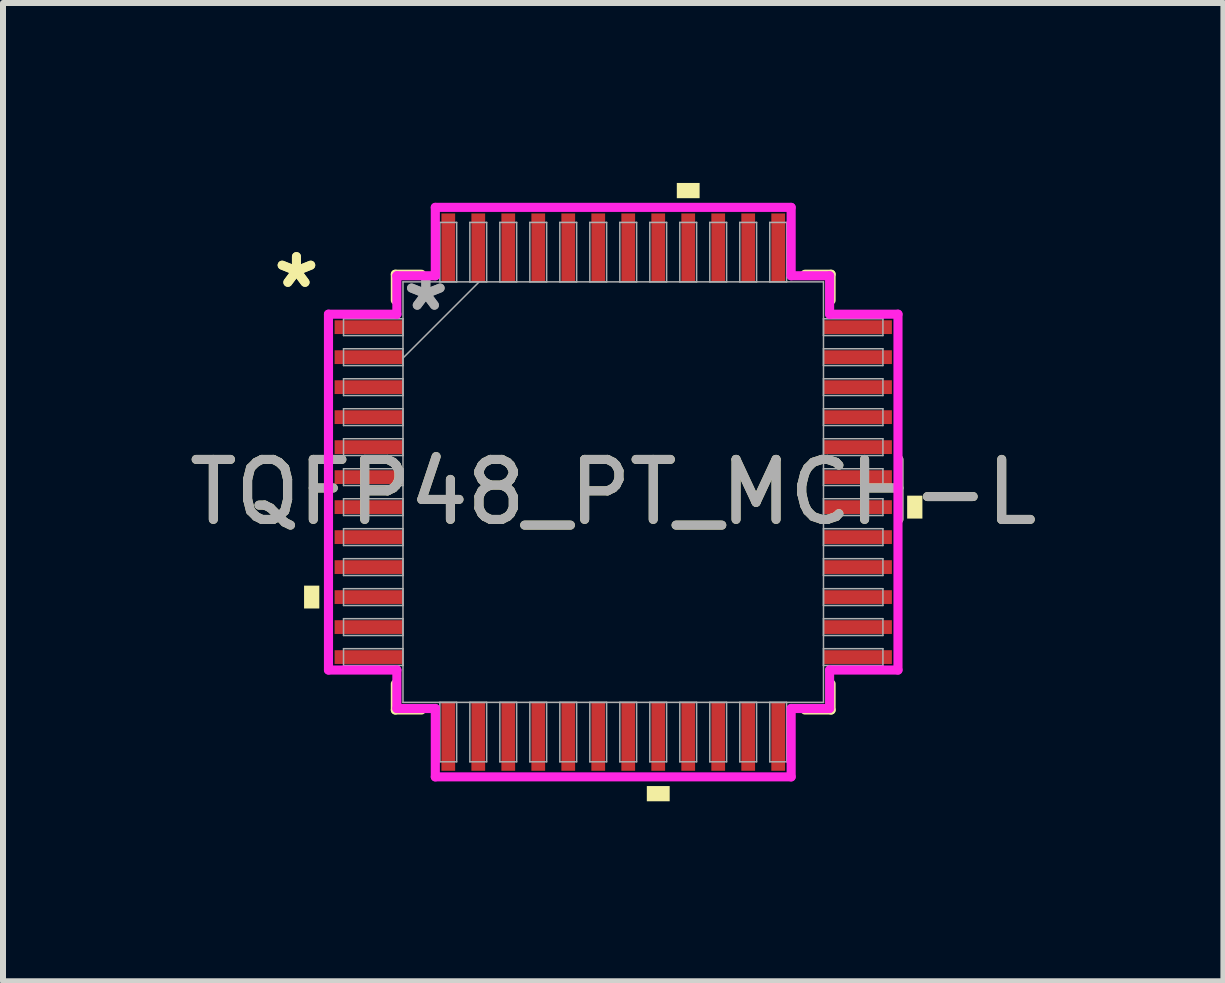
<source format=kicad_pcb>
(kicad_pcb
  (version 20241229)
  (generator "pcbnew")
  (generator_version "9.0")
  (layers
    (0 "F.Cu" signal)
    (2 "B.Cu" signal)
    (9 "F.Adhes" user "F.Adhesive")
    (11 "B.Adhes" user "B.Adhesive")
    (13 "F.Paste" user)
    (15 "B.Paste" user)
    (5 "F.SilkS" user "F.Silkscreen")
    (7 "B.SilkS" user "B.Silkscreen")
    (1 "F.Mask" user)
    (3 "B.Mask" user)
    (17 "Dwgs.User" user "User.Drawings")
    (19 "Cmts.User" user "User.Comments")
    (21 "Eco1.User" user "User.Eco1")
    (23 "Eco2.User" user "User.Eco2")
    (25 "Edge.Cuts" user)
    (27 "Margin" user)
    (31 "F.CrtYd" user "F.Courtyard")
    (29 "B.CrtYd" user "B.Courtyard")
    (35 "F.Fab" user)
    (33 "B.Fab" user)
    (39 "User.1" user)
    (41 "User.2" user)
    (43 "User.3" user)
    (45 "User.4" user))
  (footprint "TQFP48_PT_MCH-L"
    (layer "F.Cu")
    (at 7.173 5.154)
    (property "Reference" "TQFP48_PT_MCH-L" (at 0 0 0) (unlocked yes) (layer "F.SilkS") (effects (font (size 1 1) (thickness 0.15))))
    (attr smd)
    (fp_line (start -3.632 -3.632) (end -3.632 -3.197) (stroke (width 0.152) (type solid)) (layer "F.SilkS"))
    (fp_line (start -3.632 3.197) (end -3.632 3.632) (stroke (width 0.152) (type solid)) (layer "F.SilkS"))
    (fp_line (start -3.632 3.632) (end -3.197 3.632) (stroke (width 0.152) (type solid)) (layer "F.SilkS"))
    (fp_line (start -3.197 -3.632) (end -3.632 -3.632) (stroke (width 0.152) (type solid)) (layer "F.SilkS"))
    (fp_line (start 3.197 3.632) (end 3.632 3.632) (stroke (width 0.152) (type solid)) (layer "F.SilkS"))
    (fp_line (start 3.632 -3.632) (end 3.197 -3.632) (stroke (width 0.152) (type solid)) (layer "F.SilkS"))
    (fp_line (start 3.632 -3.197) (end 3.632 -3.632) (stroke (width 0.152) (type solid)) (layer "F.SilkS"))
    (fp_line (start 3.632 3.632) (end 3.632 3.197) (stroke (width 0.152) (type solid)) (layer "F.SilkS"))
    (fp_poly (pts (xy -5.154 1.559) (xy -5.154 1.94) (xy -4.9 1.94) (xy -4.9 1.559)) (stroke (width 0) (type solid)) (fill yes) (layer "F.SilkS"))
    (fp_poly (pts (xy 0.56 4.9) (xy 0.56 5.154) (xy 0.941 5.154) (xy 0.941 4.9)) (stroke (width 0) (type solid)) (fill yes) (layer "F.SilkS"))
    (fp_poly (pts (xy 1.06 -4.9) (xy 1.06 -5.154) (xy 1.44 -5.154) (xy 1.44 -4.9)) (stroke (width 0) (type solid)) (fill yes) (layer "F.SilkS"))
    (fp_poly (pts (xy 5.154 0.059) (xy 5.154 0.441) (xy 4.9 0.441) (xy 4.9 0.059)) (stroke (width 0) (type solid)) (fill yes) (layer "F.SilkS"))
    (fp_line (start -4.747 -2.966) (end -3.607 -2.966) (stroke (width 0.152) (type solid)) (layer "F.CrtYd"))
    (fp_line (start -4.747 2.966) (end -4.747 -2.966) (stroke (width 0.152) (type solid)) (layer "F.CrtYd"))
    (fp_line (start -3.607 -3.607) (end -2.966 -3.607) (stroke (width 0.152) (type solid)) (layer "F.CrtYd"))
    (fp_line (start -3.607 -2.966) (end -3.607 -3.607) (stroke (width 0.152) (type solid)) (layer "F.CrtYd"))
    (fp_line (start -3.607 2.966) (end -4.747 2.966) (stroke (width 0.152) (type solid)) (layer "F.CrtYd"))
    (fp_line (start -3.607 3.607) (end -3.607 2.966) (stroke (width 0.152) (type solid)) (layer "F.CrtYd"))
    (fp_line (start -3.607 3.607) (end -2.966 3.607) (stroke (width 0.152) (type solid)) (layer "F.CrtYd"))
    (fp_line (start -2.966 -4.747) (end 2.966 -4.747) (stroke (width 0.152) (type solid)) (layer "F.CrtYd"))
    (fp_line (start -2.966 -3.607) (end -2.966 -4.747) (stroke (width 0.152) (type solid)) (layer "F.CrtYd"))
    (fp_line (start -2.966 3.607) (end -2.966 4.747) (stroke (width 0.152) (type solid)) (layer "F.CrtYd"))
    (fp_line (start -2.966 4.747) (end 2.966 4.747) (stroke (width 0.152) (type solid)) (layer "F.CrtYd"))
    (fp_line (start 2.966 -4.747) (end 2.966 -3.607) (stroke (width 0.152) (type solid)) (layer "F.CrtYd"))
    (fp_line (start 2.966 -3.607) (end 3.607 -3.607) (stroke (width 0.152) (type solid)) (layer "F.CrtYd"))
    (fp_line (start 2.966 3.607) (end 3.607 3.607) (stroke (width 0.152) (type solid)) (layer "F.CrtYd"))
    (fp_line (start 2.966 4.747) (end 2.966 3.607) (stroke (width 0.152) (type solid)) (layer "F.CrtYd"))
    (fp_line (start 3.607 -2.966) (end 3.607 -3.607) (stroke (width 0.152) (type solid)) (layer "F.CrtYd"))
    (fp_line (start 3.607 2.966) (end 4.747 2.966) (stroke (width 0.152) (type solid)) (layer "F.CrtYd"))
    (fp_line (start 3.607 3.607) (end 3.607 2.966) (stroke (width 0.152) (type solid)) (layer "F.CrtYd"))
    (fp_line (start 4.747 -2.966) (end 3.607 -2.966) (stroke (width 0.152) (type solid)) (layer "F.CrtYd"))
    (fp_line (start 4.747 2.966) (end 4.747 -2.966) (stroke (width 0.152) (type solid)) (layer "F.CrtYd"))
    (fp_line (start -4.496 -2.89) (end -4.496 -2.61) (stroke (width 0.025) (type solid)) (layer "F.Fab"))
    (fp_line (start -4.496 -2.61) (end -3.505 -2.61) (stroke (width 0.025) (type solid)) (layer "F.Fab"))
    (fp_line (start -4.496 -2.39) (end -4.496 -2.11) (stroke (width 0.025) (type solid)) (layer "F.Fab"))
    (fp_line (start -4.496 -2.11) (end -3.505 -2.11) (stroke (width 0.025) (type solid)) (layer "F.Fab"))
    (fp_line (start -4.496 -1.89) (end -4.496 -1.61) (stroke (width 0.025) (type solid)) (layer "F.Fab"))
    (fp_line (start -4.496 -1.61) (end -3.505 -1.61) (stroke (width 0.025) (type solid)) (layer "F.Fab"))
    (fp_line (start -4.496 -1.39) (end -4.496 -1.11) (stroke (width 0.025) (type solid)) (layer "F.Fab"))
    (fp_line (start -4.496 -1.11) (end -3.505 -1.11) (stroke (width 0.025) (type solid)) (layer "F.Fab"))
    (fp_line (start -4.496 -0.89) (end -4.496 -0.61) (stroke (width 0.025) (type solid)) (layer "F.Fab"))
    (fp_line (start -4.496 -0.61) (end -3.505 -0.61) (stroke (width 0.025) (type solid)) (layer "F.Fab"))
    (fp_line (start -4.496 -0.39) (end -4.496 -0.11) (stroke (width 0.025) (type solid)) (layer "F.Fab"))
    (fp_line (start -4.496 -0.11) (end -3.505 -0.11) (stroke (width 0.025) (type solid)) (layer "F.Fab"))
    (fp_line (start -4.496 0.11) (end -4.496 0.39) (stroke (width 0.025) (type solid)) (layer "F.Fab"))
    (fp_line (start -4.496 0.39) (end -3.505 0.39) (stroke (width 0.025) (type solid)) (layer "F.Fab"))
    (fp_line (start -4.496 0.61) (end -4.496 0.89) (stroke (width 0.025) (type solid)) (layer "F.Fab"))
    (fp_line (start -4.496 0.89) (end -3.505 0.89) (stroke (width 0.025) (type solid)) (layer "F.Fab"))
    (fp_line (start -4.496 1.11) (end -4.496 1.39) (stroke (width 0.025) (type solid)) (layer "F.Fab"))
    (fp_line (start -4.496 1.39) (end -3.505 1.39) (stroke (width 0.025) (type solid)) (layer "F.Fab"))
    (fp_line (start -4.496 1.61) (end -4.496 1.89) (stroke (width 0.025) (type solid)) (layer "F.Fab"))
    (fp_line (start -4.496 1.89) (end -3.505 1.89) (stroke (width 0.025) (type solid)) (layer "F.Fab"))
    (fp_line (start -4.496 2.11) (end -4.496 2.39) (stroke (width 0.025) (type solid)) (layer "F.Fab"))
    (fp_line (start -4.496 2.39) (end -3.505 2.39) (stroke (width 0.025) (type solid)) (layer "F.Fab"))
    (fp_line (start -4.496 2.61) (end -4.496 2.89) (stroke (width 0.025) (type solid)) (layer "F.Fab"))
    (fp_line (start -4.496 2.89) (end -3.505 2.89) (stroke (width 0.025) (type solid)) (layer "F.Fab"))
    (fp_line (start -3.505 -3.505) (end -3.505 3.505) (stroke (width 0.025) (type solid)) (layer "F.Fab"))
    (fp_line (start -3.505 -2.89) (end -4.496 -2.89) (stroke (width 0.025) (type solid)) (layer "F.Fab"))
    (fp_line (start -3.505 -2.61) (end -3.505 -2.89) (stroke (width 0.025) (type solid)) (layer "F.Fab"))
    (fp_line (start -3.505 -2.39) (end -4.496 -2.39) (stroke (width 0.025) (type solid)) (layer "F.Fab"))
    (fp_line (start -3.505 -2.235) (end -2.235 -3.505) (stroke (width 0.025) (type solid)) (layer "F.Fab"))
    (fp_line (start -3.505 -2.11) (end -3.505 -2.39) (stroke (width 0.025) (type solid)) (layer "F.Fab"))
    (fp_line (start -3.505 -1.89) (end -4.496 -1.89) (stroke (width 0.025) (type solid)) (layer "F.Fab"))
    (fp_line (start -3.505 -1.61) (end -3.505 -1.89) (stroke (width 0.025) (type solid)) (layer "F.Fab"))
    (fp_line (start -3.505 -1.39) (end -4.496 -1.39) (stroke (width 0.025) (type solid)) (layer "F.Fab"))
    (fp_line (start -3.505 -1.11) (end -3.505 -1.39) (stroke (width 0.025) (type solid)) (layer "F.Fab"))
    (fp_line (start -3.505 -0.89) (end -4.496 -0.89) (stroke (width 0.025) (type solid)) (layer "F.Fab"))
    (fp_line (start -3.505 -0.61) (end -3.505 -0.89) (stroke (width 0.025) (type solid)) (layer "F.Fab"))
    (fp_line (start -3.505 -0.39) (end -4.496 -0.39) (stroke (width 0.025) (type solid)) (layer "F.Fab"))
    (fp_line (start -3.505 -0.11) (end -3.505 -0.39) (stroke (width 0.025) (type solid)) (layer "F.Fab"))
    (fp_line (start -3.505 0.11) (end -4.496 0.11) (stroke (width 0.025) (type solid)) (layer "F.Fab"))
    (fp_line (start -3.505 0.39) (end -3.505 0.11) (stroke (width 0.025) (type solid)) (layer "F.Fab"))
    (fp_line (start -3.505 0.61) (end -4.496 0.61) (stroke (width 0.025) (type solid)) (layer "F.Fab"))
    (fp_line (start -3.505 0.89) (end -3.505 0.61) (stroke (width 0.025) (type solid)) (layer "F.Fab"))
    (fp_line (start -3.505 1.11) (end -4.496 1.11) (stroke (width 0.025) (type solid)) (layer "F.Fab"))
    (fp_line (start -3.505 1.39) (end -3.505 1.11) (stroke (width 0.025) (type solid)) (layer "F.Fab"))
    (fp_line (start -3.505 1.61) (end -4.496 1.61) (stroke (width 0.025) (type solid)) (layer "F.Fab"))
    (fp_line (start -3.505 1.89) (end -3.505 1.61) (stroke (width 0.025) (type solid)) (layer "F.Fab"))
    (fp_line (start -3.505 2.11) (end -4.496 2.11) (stroke (width 0.025) (type solid)) (layer "F.Fab"))
    (fp_line (start -3.505 2.39) (end -3.505 2.11) (stroke (width 0.025) (type solid)) (layer "F.Fab"))
    (fp_line (start -3.505 2.61) (end -4.496 2.61) (stroke (width 0.025) (type solid)) (layer "F.Fab"))
    (fp_line (start -3.505 2.89) (end -3.505 2.61) (stroke (width 0.025) (type solid)) (layer "F.Fab"))
    (fp_line (start -3.505 3.505) (end 3.505 3.505) (stroke (width 0.025) (type solid)) (layer "F.Fab"))
    (fp_line (start -2.89 -4.496) (end -2.89 -3.505) (stroke (width 0.025) (type solid)) (layer "F.Fab"))
    (fp_line (start -2.89 -3.505) (end -2.61 -3.505) (stroke (width 0.025) (type solid)) (layer "F.Fab"))
    (fp_line (start -2.89 3.505) (end -2.89 4.496) (stroke (width 0.025) (type solid)) (layer "F.Fab"))
    (fp_line (start -2.89 4.496) (end -2.61 4.496) (stroke (width 0.025) (type solid)) (layer "F.Fab"))
    (fp_line (start -2.61 -4.496) (end -2.89 -4.496) (stroke (width 0.025) (type solid)) (layer "F.Fab"))
    (fp_line (start -2.61 -3.505) (end -2.61 -4.496) (stroke (width 0.025) (type solid)) (layer "F.Fab"))
    (fp_line (start -2.61 3.505) (end -2.89 3.505) (stroke (width 0.025) (type solid)) (layer "F.Fab"))
    (fp_line (start -2.61 4.496) (end -2.61 3.505) (stroke (width 0.025) (type solid)) (layer "F.Fab"))
    (fp_line (start -2.39 -4.496) (end -2.39 -3.505) (stroke (width 0.025) (type solid)) (layer "F.Fab"))
    (fp_line (start -2.39 -3.505) (end -2.11 -3.505) (stroke (width 0.025) (type solid)) (layer "F.Fab"))
    (fp_line (start -2.39 3.505) (end -2.39 4.496) (stroke (width 0.025) (type solid)) (layer "F.Fab"))
    (fp_line (start -2.39 4.496) (end -2.11 4.496) (stroke (width 0.025) (type solid)) (layer "F.Fab"))
    (fp_line (start -2.11 -4.496) (end -2.39 -4.496) (stroke (width 0.025) (type solid)) (layer "F.Fab"))
    (fp_line (start -2.11 -3.505) (end -2.11 -4.496) (stroke (width 0.025) (type solid)) (layer "F.Fab"))
    (fp_line (start -2.11 3.505) (end -2.39 3.505) (stroke (width 0.025) (type solid)) (layer "F.Fab"))
    (fp_line (start -2.11 4.496) (end -2.11 3.505) (stroke (width 0.025) (type solid)) (layer "F.Fab"))
    (fp_line (start -1.89 -4.496) (end -1.89 -3.505) (stroke (width 0.025) (type solid)) (layer "F.Fab"))
    (fp_line (start -1.89 -3.505) (end -1.61 -3.505) (stroke (width 0.025) (type solid)) (layer "F.Fab"))
    (fp_line (start -1.89 3.505) (end -1.89 4.496) (stroke (width 0.025) (type solid)) (layer "F.Fab"))
    (fp_line (start -1.89 4.496) (end -1.61 4.496) (stroke (width 0.025) (type solid)) (layer "F.Fab"))
    (fp_line (start -1.61 -4.496) (end -1.89 -4.496) (stroke (width 0.025) (type solid)) (layer "F.Fab"))
    (fp_line (start -1.61 -3.505) (end -1.61 -4.496) (stroke (width 0.025) (type solid)) (layer "F.Fab"))
    (fp_line (start -1.61 3.505) (end -1.89 3.505) (stroke (width 0.025) (type solid)) (layer "F.Fab"))
    (fp_line (start -1.61 4.496) (end -1.61 3.505) (stroke (width 0.025) (type solid)) (layer "F.Fab"))
    (fp_line (start -1.39 -4.496) (end -1.39 -3.505) (stroke (width 0.025) (type solid)) (layer "F.Fab"))
    (fp_line (start -1.39 -3.505) (end -1.11 -3.505) (stroke (width 0.025) (type solid)) (layer "F.Fab"))
    (fp_line (start -1.39 3.505) (end -1.39 4.496) (stroke (width 0.025) (type solid)) (layer "F.Fab"))
    (fp_line (start -1.39 4.496) (end -1.11 4.496) (stroke (width 0.025) (type solid)) (layer "F.Fab"))
    (fp_line (start -1.11 -4.496) (end -1.39 -4.496) (stroke (width 0.025) (type solid)) (layer "F.Fab"))
    (fp_line (start -1.11 -3.505) (end -1.11 -4.496) (stroke (width 0.025) (type solid)) (layer "F.Fab"))
    (fp_line (start -1.11 3.505) (end -1.39 3.505) (stroke (width 0.025) (type solid)) (layer "F.Fab"))
    (fp_line (start -1.11 4.496) (end -1.11 3.505) (stroke (width 0.025) (type solid)) (layer "F.Fab"))
    (fp_line (start -0.89 -4.496) (end -0.89 -3.505) (stroke (width 0.025) (type solid)) (layer "F.Fab"))
    (fp_line (start -0.89 -3.505) (end -0.61 -3.505) (stroke (width 0.025) (type solid)) (layer "F.Fab"))
    (fp_line (start -0.89 3.505) (end -0.89 4.496) (stroke (width 0.025) (type solid)) (layer "F.Fab"))
    (fp_line (start -0.89 4.496) (end -0.61 4.496) (stroke (width 0.025) (type solid)) (layer "F.Fab"))
    (fp_line (start -0.61 -4.496) (end -0.89 -4.496) (stroke (width 0.025) (type solid)) (layer "F.Fab"))
    (fp_line (start -0.61 -3.505) (end -0.61 -4.496) (stroke (width 0.025) (type solid)) (layer "F.Fab"))
    (fp_line (start -0.61 3.505) (end -0.89 3.505) (stroke (width 0.025) (type solid)) (layer "F.Fab"))
    (fp_line (start -0.61 4.496) (end -0.61 3.505) (stroke (width 0.025) (type solid)) (layer "F.Fab"))
    (fp_line (start -0.39 -4.496) (end -0.39 -3.505) (stroke (width 0.025) (type solid)) (layer "F.Fab"))
    (fp_line (start -0.39 -3.505) (end -0.11 -3.505) (stroke (width 0.025) (type solid)) (layer "F.Fab"))
    (fp_line (start -0.39 3.505) (end -0.39 4.496) (stroke (width 0.025) (type solid)) (layer "F.Fab"))
    (fp_line (start -0.39 4.496) (end -0.11 4.496) (stroke (width 0.025) (type solid)) (layer "F.Fab"))
    (fp_line (start -0.11 -4.496) (end -0.39 -4.496) (stroke (width 0.025) (type solid)) (layer "F.Fab"))
    (fp_line (start -0.11 -3.505) (end -0.11 -4.496) (stroke (width 0.025) (type solid)) (layer "F.Fab"))
    (fp_line (start -0.11 3.505) (end -0.39 3.505) (stroke (width 0.025) (type solid)) (layer "F.Fab"))
    (fp_line (start -0.11 4.496) (end -0.11 3.505) (stroke (width 0.025) (type solid)) (layer "F.Fab"))
    (fp_line (start 0.11 -4.496) (end 0.11 -3.505) (stroke (width 0.025) (type solid)) (layer "F.Fab"))
    (fp_line (start 0.11 -3.505) (end 0.39 -3.505) (stroke (width 0.025) (type solid)) (layer "F.Fab"))
    (fp_line (start 0.11 3.505) (end 0.11 4.496) (stroke (width 0.025) (type solid)) (layer "F.Fab"))
    (fp_line (start 0.11 4.496) (end 0.39 4.496) (stroke (width 0.025) (type solid)) (layer "F.Fab"))
    (fp_line (start 0.39 -4.496) (end 0.11 -4.496) (stroke (width 0.025) (type solid)) (layer "F.Fab"))
    (fp_line (start 0.39 -3.505) (end 0.39 -4.496) (stroke (width 0.025) (type solid)) (layer "F.Fab"))
    (fp_line (start 0.39 3.505) (end 0.11 3.505) (stroke (width 0.025) (type solid)) (layer "F.Fab"))
    (fp_line (start 0.39 4.496) (end 0.39 3.505) (stroke (width 0.025) (type solid)) (layer "F.Fab"))
    (fp_line (start 0.61 -4.496) (end 0.61 -3.505) (stroke (width 0.025) (type solid)) (layer "F.Fab"))
    (fp_line (start 0.61 -3.505) (end 0.89 -3.505) (stroke (width 0.025) (type solid)) (layer "F.Fab"))
    (fp_line (start 0.61 3.505) (end 0.61 4.496) (stroke (width 0.025) (type solid)) (layer "F.Fab"))
    (fp_line (start 0.61 4.496) (end 0.89 4.496) (stroke (width 0.025) (type solid)) (layer "F.Fab"))
    (fp_line (start 0.89 -4.496) (end 0.61 -4.496) (stroke (width 0.025) (type solid)) (layer "F.Fab"))
    (fp_line (start 0.89 -3.505) (end 0.89 -4.496) (stroke (width 0.025) (type solid)) (layer "F.Fab"))
    (fp_line (start 0.89 3.505) (end 0.61 3.505) (stroke (width 0.025) (type solid)) (layer "F.Fab"))
    (fp_line (start 0.89 4.496) (end 0.89 3.505) (stroke (width 0.025) (type solid)) (layer "F.Fab"))
    (fp_line (start 1.11 -4.496) (end 1.11 -3.505) (stroke (width 0.025) (type solid)) (layer "F.Fab"))
    (fp_line (start 1.11 -3.505) (end 1.39 -3.505) (stroke (width 0.025) (type solid)) (layer "F.Fab"))
    (fp_line (start 1.11 3.505) (end 1.11 4.496) (stroke (width 0.025) (type solid)) (layer "F.Fab"))
    (fp_line (start 1.11 4.496) (end 1.39 4.496) (stroke (width 0.025) (type solid)) (layer "F.Fab"))
    (fp_line (start 1.39 -4.496) (end 1.11 -4.496) (stroke (width 0.025) (type solid)) (layer "F.Fab"))
    (fp_line (start 1.39 -3.505) (end 1.39 -4.496) (stroke (width 0.025) (type solid)) (layer "F.Fab"))
    (fp_line (start 1.39 3.505) (end 1.11 3.505) (stroke (width 0.025) (type solid)) (layer "F.Fab"))
    (fp_line (start 1.39 4.496) (end 1.39 3.505) (stroke (width 0.025) (type solid)) (layer "F.Fab"))
    (fp_line (start 1.61 -4.496) (end 1.61 -3.505) (stroke (width 0.025) (type solid)) (layer "F.Fab"))
    (fp_line (start 1.61 -3.505) (end 1.89 -3.505) (stroke (width 0.025) (type solid)) (layer "F.Fab"))
    (fp_line (start 1.61 3.505) (end 1.61 4.496) (stroke (width 0.025) (type solid)) (layer "F.Fab"))
    (fp_line (start 1.61 4.496) (end 1.89 4.496) (stroke (width 0.025) (type solid)) (layer "F.Fab"))
    (fp_line (start 1.89 -4.496) (end 1.61 -4.496) (stroke (width 0.025) (type solid)) (layer "F.Fab"))
    (fp_line (start 1.89 -3.505) (end 1.89 -4.496) (stroke (width 0.025) (type solid)) (layer "F.Fab"))
    (fp_line (start 1.89 3.505) (end 1.61 3.505) (stroke (width 0.025) (type solid)) (layer "F.Fab"))
    (fp_line (start 1.89 4.496) (end 1.89 3.505) (stroke (width 0.025) (type solid)) (layer "F.Fab"))
    (fp_line (start 2.11 -4.496) (end 2.11 -3.505) (stroke (width 0.025) (type solid)) (layer "F.Fab"))
    (fp_line (start 2.11 -3.505) (end 2.39 -3.505) (stroke (width 0.025) (type solid)) (layer "F.Fab"))
    (fp_line (start 2.11 3.505) (end 2.11 4.496) (stroke (width 0.025) (type solid)) (layer "F.Fab"))
    (fp_line (start 2.11 4.496) (end 2.39 4.496) (stroke (width 0.025) (type solid)) (layer "F.Fab"))
    (fp_line (start 2.39 -4.496) (end 2.11 -4.496) (stroke (width 0.025) (type solid)) (layer "F.Fab"))
    (fp_line (start 2.39 -3.505) (end 2.39 -4.496) (stroke (width 0.025) (type solid)) (layer "F.Fab"))
    (fp_line (start 2.39 3.505) (end 2.11 3.505) (stroke (width 0.025) (type solid)) (layer "F.Fab"))
    (fp_line (start 2.39 4.496) (end 2.39 3.505) (stroke (width 0.025) (type solid)) (layer "F.Fab"))
    (fp_line (start 2.61 -4.496) (end 2.61 -3.505) (stroke (width 0.025) (type solid)) (layer "F.Fab"))
    (fp_line (start 2.61 -3.505) (end 2.89 -3.505) (stroke (width 0.025) (type solid)) (layer "F.Fab"))
    (fp_line (start 2.61 3.505) (end 2.61 4.496) (stroke (width 0.025) (type solid)) (layer "F.Fab"))
    (fp_line (start 2.61 4.496) (end 2.89 4.496) (stroke (width 0.025) (type solid)) (layer "F.Fab"))
    (fp_line (start 2.89 -4.496) (end 2.61 -4.496) (stroke (width 0.025) (type solid)) (layer "F.Fab"))
    (fp_line (start 2.89 -3.505) (end 2.89 -4.496) (stroke (width 0.025) (type solid)) (layer "F.Fab"))
    (fp_line (start 2.89 3.505) (end 2.61 3.505) (stroke (width 0.025) (type solid)) (layer "F.Fab"))
    (fp_line (start 2.89 4.496) (end 2.89 3.505) (stroke (width 0.025) (type solid)) (layer "F.Fab"))
    (fp_line (start 3.505 -3.505) (end -3.505 -3.505) (stroke (width 0.025) (type solid)) (layer "F.Fab"))
    (fp_line (start 3.505 -2.89) (end 3.505 -2.61) (stroke (width 0.025) (type solid)) (layer "F.Fab"))
    (fp_line (start 3.505 -2.61) (end 4.496 -2.61) (stroke (width 0.025) (type solid)) (layer "F.Fab"))
    (fp_line (start 3.505 -2.39) (end 3.505 -2.11) (stroke (width 0.025) (type solid)) (layer "F.Fab"))
    (fp_line (start 3.505 -2.11) (end 4.496 -2.11) (stroke (width 0.025) (type solid)) (layer "F.Fab"))
    (fp_line (start 3.505 -1.89) (end 3.505 -1.61) (stroke (width 0.025) (type solid)) (layer "F.Fab"))
    (fp_line (start 3.505 -1.61) (end 4.496 -1.61) (stroke (width 0.025) (type solid)) (layer "F.Fab"))
    (fp_line (start 3.505 -1.39) (end 3.505 -1.11) (stroke (width 0.025) (type solid)) (layer "F.Fab"))
    (fp_line (start 3.505 -1.11) (end 4.496 -1.11) (stroke (width 0.025) (type solid)) (layer "F.Fab"))
    (fp_line (start 3.505 -0.89) (end 3.505 -0.61) (stroke (width 0.025) (type solid)) (layer "F.Fab"))
    (fp_line (start 3.505 -0.61) (end 4.496 -0.61) (stroke (width 0.025) (type solid)) (layer "F.Fab"))
    (fp_line (start 3.505 -0.39) (end 3.505 -0.11) (stroke (width 0.025) (type solid)) (layer "F.Fab"))
    (fp_line (start 3.505 -0.11) (end 4.496 -0.11) (stroke (width 0.025) (type solid)) (layer "F.Fab"))
    (fp_line (start 3.505 0.11) (end 3.505 0.39) (stroke (width 0.025) (type solid)) (layer "F.Fab"))
    (fp_line (start 3.505 0.39) (end 4.496 0.39) (stroke (width 0.025) (type solid)) (layer "F.Fab"))
    (fp_line (start 3.505 0.61) (end 3.505 0.89) (stroke (width 0.025) (type solid)) (layer "F.Fab"))
    (fp_line (start 3.505 0.89) (end 4.496 0.89) (stroke (width 0.025) (type solid)) (layer "F.Fab"))
    (fp_line (start 3.505 1.11) (end 3.505 1.39) (stroke (width 0.025) (type solid)) (layer "F.Fab"))
    (fp_line (start 3.505 1.39) (end 4.496 1.39) (stroke (width 0.025) (type solid)) (layer "F.Fab"))
    (fp_line (start 3.505 1.61) (end 3.505 1.89) (stroke (width 0.025) (type solid)) (layer "F.Fab"))
    (fp_line (start 3.505 1.89) (end 4.496 1.89) (stroke (width 0.025) (type solid)) (layer "F.Fab"))
    (fp_line (start 3.505 2.11) (end 3.505 2.39) (stroke (width 0.025) (type solid)) (layer "F.Fab"))
    (fp_line (start 3.505 2.39) (end 4.496 2.39) (stroke (width 0.025) (type solid)) (layer "F.Fab"))
    (fp_line (start 3.505 2.61) (end 3.505 2.89) (stroke (width 0.025) (type solid)) (layer "F.Fab"))
    (fp_line (start 3.505 2.89) (end 4.496 2.89) (stroke (width 0.025) (type solid)) (layer "F.Fab"))
    (fp_line (start 3.505 3.505) (end 3.505 -3.505) (stroke (width 0.025) (type solid)) (layer "F.Fab"))
    (fp_line (start 4.496 -2.89) (end 3.505 -2.89) (stroke (width 0.025) (type solid)) (layer "F.Fab"))
    (fp_line (start 4.496 -2.61) (end 4.496 -2.89) (stroke (width 0.025) (type solid)) (layer "F.Fab"))
    (fp_line (start 4.496 -2.39) (end 3.505 -2.39) (stroke (width 0.025) (type solid)) (layer "F.Fab"))
    (fp_line (start 4.496 -2.11) (end 4.496 -2.39) (stroke (width 0.025) (type solid)) (layer "F.Fab"))
    (fp_line (start 4.496 -1.89) (end 3.505 -1.89) (stroke (width 0.025) (type solid)) (layer "F.Fab"))
    (fp_line (start 4.496 -1.61) (end 4.496 -1.89) (stroke (width 0.025) (type solid)) (layer "F.Fab"))
    (fp_line (start 4.496 -1.39) (end 3.505 -1.39) (stroke (width 0.025) (type solid)) (layer "F.Fab"))
    (fp_line (start 4.496 -1.11) (end 4.496 -1.39) (stroke (width 0.025) (type solid)) (layer "F.Fab"))
    (fp_line (start 4.496 -0.89) (end 3.505 -0.89) (stroke (width 0.025) (type solid)) (layer "F.Fab"))
    (fp_line (start 4.496 -0.61) (end 4.496 -0.89) (stroke (width 0.025) (type solid)) (layer "F.Fab"))
    (fp_line (start 4.496 -0.39) (end 3.505 -0.39) (stroke (width 0.025) (type solid)) (layer "F.Fab"))
    (fp_line (start 4.496 -0.11) (end 4.496 -0.39) (stroke (width 0.025) (type solid)) (layer "F.Fab"))
    (fp_line (start 4.496 0.11) (end 3.505 0.11) (stroke (width 0.025) (type solid)) (layer "F.Fab"))
    (fp_line (start 4.496 0.39) (end 4.496 0.11) (stroke (width 0.025) (type solid)) (layer "F.Fab"))
    (fp_line (start 4.496 0.61) (end 3.505 0.61) (stroke (width 0.025) (type solid)) (layer "F.Fab"))
    (fp_line (start 4.496 0.89) (end 4.496 0.61) (stroke (width 0.025) (type solid)) (layer "F.Fab"))
    (fp_line (start 4.496 1.11) (end 3.505 1.11) (stroke (width 0.025) (type solid)) (layer "F.Fab"))
    (fp_line (start 4.496 1.39) (end 4.496 1.11) (stroke (width 0.025) (type solid)) (layer "F.Fab"))
    (fp_line (start 4.496 1.61) (end 3.505 1.61) (stroke (width 0.025) (type solid)) (layer "F.Fab"))
    (fp_line (start 4.496 1.89) (end 4.496 1.61) (stroke (width 0.025) (type solid)) (layer "F.Fab"))
    (fp_line (start 4.496 2.11) (end 3.505 2.11) (stroke (width 0.025) (type solid)) (layer "F.Fab"))
    (fp_line (start 4.496 2.39) (end 4.496 2.11) (stroke (width 0.025) (type solid)) (layer "F.Fab"))
    (fp_line (start 4.496 2.61) (end 3.505 2.61) (stroke (width 0.025) (type solid)) (layer "F.Fab"))
    (fp_line (start 4.496 2.89) (end 4.496 2.61) (stroke (width 0.025) (type solid)) (layer "F.Fab"))
    (fp_text user "*" (at -5.281 -3.381 0) (unlocked yes) (layer "F.SilkS") (effects (font (size 1 1) (thickness 0.15))))
    (fp_text user "*" (at -5.281 -3.381 0) (layer "F.SilkS") (effects (font (size 1 1) (thickness 0.15))))
    (fp_text user "${REFERENCE}" (at 0 0 0) (unlocked yes) (layer "F.Fab") (effects (font (size 1 1) (thickness 0.15))))
    (fp_text user "*" (at -3.124 -3 0) (unlocked yes) (layer "F.Fab") (effects (font (size 1 1) (thickness 0.15))))
    (fp_text user "*" (at -3.124 -3 0) (layer "F.Fab") (effects (font (size 1 1) (thickness 0.15))))
    (pad "1" smd rect (at -4.075 -2.75 90) (size 0.229 1.141) (layers "F.Cu" "F.Mask" "F.Paste"))
    (pad "2" smd rect (at -4.075 -2.25 90) (size 0.229 1.141) (layers "F.Cu" "F.Mask" "F.Paste"))
    (pad "3" smd rect (at -4.075 -1.75 90) (size 0.229 1.141) (layers "F.Cu" "F.Mask" "F.Paste"))
    (pad "4" smd rect (at -4.075 -1.25 90) (size 0.229 1.141) (layers "F.Cu" "F.Mask" "F.Paste"))
    (pad "5" smd rect (at -4.075 -0.75 90) (size 0.229 1.141) (layers "F.Cu" "F.Mask" "F.Paste"))
    (pad "6" smd rect (at -4.075 -0.25 90) (size 0.229 1.141) (layers "F.Cu" "F.Mask" "F.Paste"))
    (pad "7" smd rect (at -4.075 0.25 90) (size 0.229 1.141) (layers "F.Cu" "F.Mask" "F.Paste"))
    (pad "8" smd rect (at -4.075 0.75 90) (size 0.229 1.141) (layers "F.Cu" "F.Mask" "F.Paste"))
    (pad "9" smd rect (at -4.075 1.25 90) (size 0.229 1.141) (layers "F.Cu" "F.Mask" "F.Paste"))
    (pad "10" smd rect (at -4.075 1.75 90) (size 0.229 1.141) (layers "F.Cu" "F.Mask" "F.Paste"))
    (pad "11" smd rect (at -4.075 2.25 90) (size 0.229 1.141) (layers "F.Cu" "F.Mask" "F.Paste"))
    (pad "12" smd rect (at -4.075 2.75 90) (size 0.229 1.141) (layers "F.Cu" "F.Mask" "F.Paste"))
    (pad "13" smd rect (at -2.75 4.075) (size 0.229 1.141) (layers "F.Cu" "F.Mask" "F.Paste"))
    (pad "14" smd rect (at -2.25 4.075) (size 0.229 1.141) (layers "F.Cu" "F.Mask" "F.Paste"))
    (pad "15" smd rect (at -1.75 4.075) (size 0.229 1.141) (layers "F.Cu" "F.Mask" "F.Paste"))
    (pad "16" smd rect (at -1.25 4.075) (size 0.229 1.141) (layers "F.Cu" "F.Mask" "F.Paste"))
    (pad "17" smd rect (at -0.75 4.075) (size 0.229 1.141) (layers "F.Cu" "F.Mask" "F.Paste"))
    (pad "18" smd rect (at -0.25 4.075) (size 0.229 1.141) (layers "F.Cu" "F.Mask" "F.Paste"))
    (pad "19" smd rect (at 0.25 4.075) (size 0.229 1.141) (layers "F.Cu" "F.Mask" "F.Paste"))
    (pad "20" smd rect (at 0.75 4.075) (size 0.229 1.141) (layers "F.Cu" "F.Mask" "F.Paste"))
    (pad "21" smd rect (at 1.25 4.075) (size 0.229 1.141) (layers "F.Cu" "F.Mask" "F.Paste"))
    (pad "22" smd rect (at 1.75 4.075) (size 0.229 1.141) (layers "F.Cu" "F.Mask" "F.Paste"))
    (pad "23" smd rect (at 2.25 4.075) (size 0.229 1.141) (layers "F.Cu" "F.Mask" "F.Paste"))
    (pad "24" smd rect (at 2.75 4.075) (size 0.229 1.141) (layers "F.Cu" "F.Mask" "F.Paste"))
    (pad "25" smd rect (at 4.075 2.75 90) (size 0.229 1.141) (layers "F.Cu" "F.Mask" "F.Paste"))
    (pad "26" smd rect (at 4.075 2.25 90) (size 0.229 1.141) (layers "F.Cu" "F.Mask" "F.Paste"))
    (pad "27" smd rect (at 4.075 1.75 90) (size 0.229 1.141) (layers "F.Cu" "F.Mask" "F.Paste"))
    (pad "28" smd rect (at 4.075 1.25 90) (size 0.229 1.141) (layers "F.Cu" "F.Mask" "F.Paste"))
    (pad "29" smd rect (at 4.075 0.75 90) (size 0.229 1.141) (layers "F.Cu" "F.Mask" "F.Paste"))
    (pad "30" smd rect (at 4.075 0.25 90) (size 0.229 1.141) (layers "F.Cu" "F.Mask" "F.Paste"))
    (pad "31" smd rect (at 4.075 -0.25 90) (size 0.229 1.141) (layers "F.Cu" "F.Mask" "F.Paste"))
    (pad "32" smd rect (at 4.075 -0.75 90) (size 0.229 1.141) (layers "F.Cu" "F.Mask" "F.Paste"))
    (pad "33" smd rect (at 4.075 -1.25 90) (size 0.229 1.141) (layers "F.Cu" "F.Mask" "F.Paste"))
    (pad "34" smd rect (at 4.075 -1.75 90) (size 0.229 1.141) (layers "F.Cu" "F.Mask" "F.Paste"))
    (pad "35" smd rect (at 4.075 -2.25 90) (size 0.229 1.141) (layers "F.Cu" "F.Mask" "F.Paste"))
    (pad "36" smd rect (at 4.075 -2.75 90) (size 0.229 1.141) (layers "F.Cu" "F.Mask" "F.Paste"))
    (pad "37" smd rect (at 2.75 -4.075) (size 0.229 1.141) (layers "F.Cu" "F.Mask" "F.Paste"))
    (pad "38" smd rect (at 2.25 -4.075) (size 0.229 1.141) (layers "F.Cu" "F.Mask" "F.Paste"))
    (pad "39" smd rect (at 1.75 -4.075) (size 0.229 1.141) (layers "F.Cu" "F.Mask" "F.Paste"))
    (pad "40" smd rect (at 1.25 -4.075) (size 0.229 1.141) (layers "F.Cu" "F.Mask" "F.Paste"))
    (pad "41" smd rect (at 0.75 -4.075) (size 0.229 1.141) (layers "F.Cu" "F.Mask" "F.Paste"))
    (pad "42" smd rect (at 0.25 -4.075) (size 0.229 1.141) (layers "F.Cu" "F.Mask" "F.Paste"))
    (pad "43" smd rect (at -0.25 -4.075) (size 0.229 1.141) (layers "F.Cu" "F.Mask" "F.Paste"))
    (pad "44" smd rect (at -0.75 -4.075) (size 0.229 1.141) (layers "F.Cu" "F.Mask" "F.Paste"))
    (pad "45" smd rect (at -1.25 -4.075) (size 0.229 1.141) (layers "F.Cu" "F.Mask" "F.Paste"))
    (pad "46" smd rect (at -1.75 -4.075) (size 0.229 1.141) (layers "F.Cu" "F.Mask" "F.Paste"))
    (pad "47" smd rect (at -2.25 -4.075) (size 0.229 1.141) (layers "F.Cu" "F.Mask" "F.Paste"))
    (pad "48" smd rect (at -2.75 -4.075) (size 0.229 1.141) (layers "F.Cu" "F.Mask" "F.Paste")))
  (gr_rect
    (start -3 -3)
    (end 17.345 13.308)
    (stroke (width 0.1) (type default))
    (fill no)
    (layer "Edge.Cuts")))
</source>
